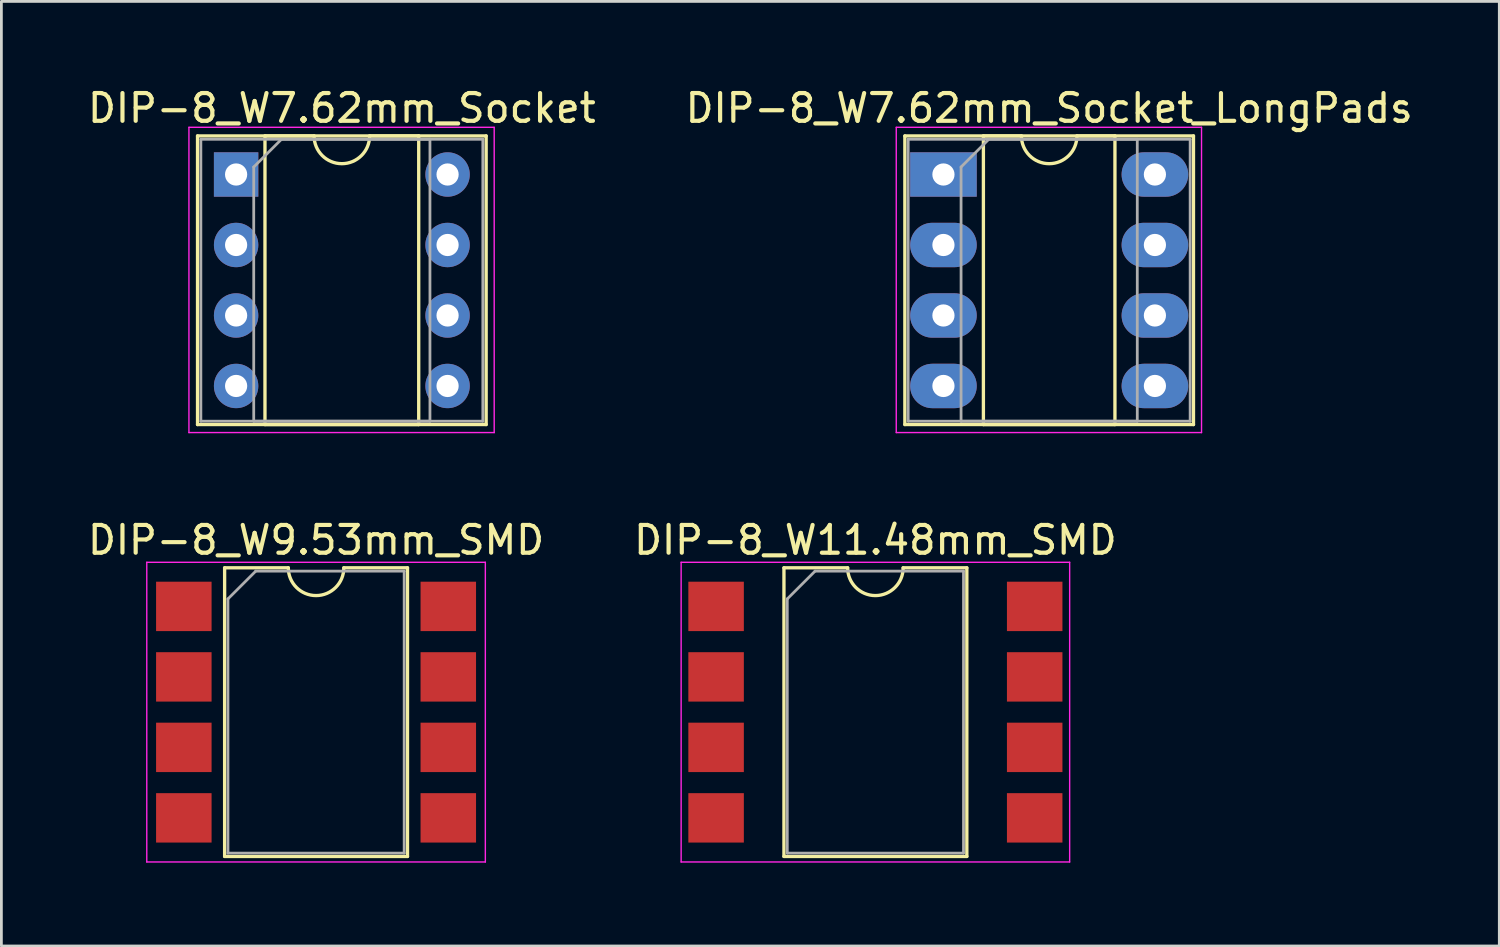
<source format=kicad_pcb>
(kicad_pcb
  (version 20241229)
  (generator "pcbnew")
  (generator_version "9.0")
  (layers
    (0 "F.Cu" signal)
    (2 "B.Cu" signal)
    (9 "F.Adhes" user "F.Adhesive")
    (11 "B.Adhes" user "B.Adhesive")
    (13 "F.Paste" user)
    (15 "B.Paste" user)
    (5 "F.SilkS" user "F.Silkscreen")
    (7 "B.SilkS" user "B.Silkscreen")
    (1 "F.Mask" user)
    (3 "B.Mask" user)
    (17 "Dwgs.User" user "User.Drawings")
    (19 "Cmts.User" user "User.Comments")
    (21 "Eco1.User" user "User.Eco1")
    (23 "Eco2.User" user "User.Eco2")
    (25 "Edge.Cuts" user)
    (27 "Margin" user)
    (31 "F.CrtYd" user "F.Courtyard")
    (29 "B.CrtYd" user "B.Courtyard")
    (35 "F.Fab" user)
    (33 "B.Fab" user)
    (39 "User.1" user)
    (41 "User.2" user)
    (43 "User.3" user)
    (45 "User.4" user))
  (footprint "DIP-8_W9.53mm_SMD"
    (layer "F.Cu")
    (at 8.339 22.611)
    (property "Reference" "DIP-8_W9.53mm_SMD" (at 0 -6.2 0) (layer "F.SilkS") (effects (font (size 1 1) (thickness 0.15))))
    (attr smd)
    (fp_line (start -3.295 -5.2) (end -3.295 5.2) (stroke (width 0.12) (type solid)) (layer "F.SilkS"))
    (fp_line (start -3.295 5.2) (end 3.295 5.2) (stroke (width 0.12) (type solid)) (layer "F.SilkS"))
    (fp_line (start -1 -5.2) (end -3.295 -5.2) (stroke (width 0.12) (type solid)) (layer "F.SilkS"))
    (fp_line (start 3.295 -5.2) (end 1 -5.2) (stroke (width 0.12) (type solid)) (layer "F.SilkS"))
    (fp_line (start 3.295 5.2) (end 3.295 -5.2) (stroke (width 0.12) (type solid)) (layer "F.SilkS"))
    (fp_arc (start 1 -5.2) (mid 0 -4.2) (end -1 -5.2) (stroke (width 0.12) (type solid)) (layer "F.SilkS"))
    (fp_line (start -6.1 -5.4) (end -6.1 5.4) (stroke (width 0.05) (type solid)) (layer "F.CrtYd"))
    (fp_line (start -6.1 5.4) (end 6.1 5.4) (stroke (width 0.05) (type solid)) (layer "F.CrtYd"))
    (fp_line (start 6.1 -5.4) (end -6.1 -5.4) (stroke (width 0.05) (type solid)) (layer "F.CrtYd"))
    (fp_line (start 6.1 5.4) (end 6.1 -5.4) (stroke (width 0.05) (type solid)) (layer "F.CrtYd"))
    (fp_line (start -3.175 -4.08) (end -2.175 -5.08) (stroke (width 0.1) (type solid)) (layer "F.Fab"))
    (fp_line (start -3.175 5.08) (end -3.175 -4.08) (stroke (width 0.1) (type solid)) (layer "F.Fab"))
    (fp_line (start -2.175 -5.08) (end 3.175 -5.08) (stroke (width 0.1) (type solid)) (layer "F.Fab"))
    (fp_line (start 3.175 -5.08) (end 3.175 5.08) (stroke (width 0.1) (type solid)) (layer "F.Fab"))
    (fp_line (start 3.175 5.08) (end -3.175 5.08) (stroke (width 0.1) (type solid)) (layer "F.Fab"))
    (pad "1" smd rect (at -4.765 -3.81) (size 2 1.78) (layers "F.Cu" "F.Mask"))
    (pad "2" smd rect (at -4.765 -1.27) (size 2 1.78) (layers "F.Cu" "F.Mask"))
    (pad "3" smd rect (at -4.765 1.27) (size 2 1.78) (layers "F.Cu" "F.Mask"))
    (pad "4" smd rect (at -4.765 3.81) (size 2 1.78) (layers "F.Cu" "F.Mask"))
    (pad "5" smd rect (at 4.765 3.81) (size 2 1.78) (layers "F.Cu" "F.Mask"))
    (pad "6" smd rect (at 4.765 1.27) (size 2 1.78) (layers "F.Cu" "F.Mask"))
    (pad "7" smd rect (at 4.765 -1.27) (size 2 1.78) (layers "F.Cu" "F.Mask"))
    (pad "8" smd rect (at 4.765 -3.81) (size 2 1.78) (layers "F.Cu" "F.Mask")))
  (footprint "DIP-8_W7.62mm_Socket"
    (layer "F.Cu")
    (at 5.458 3.238)
    (property "Reference" "DIP-8_W7.62mm_Socket" (at 3.81 -2.39 0) (layer "F.SilkS") (effects (font (size 1 1) (thickness 0.15))))
    (attr through_hole)
    (fp_line (start -1.39 -1.39) (end -1.39 9.01) (stroke (width 0.12) (type solid)) (layer "F.SilkS"))
    (fp_line (start -1.39 9.01) (end 9.01 9.01) (stroke (width 0.12) (type solid)) (layer "F.SilkS"))
    (fp_line (start 1.04 -1.39) (end 1.04 9.01) (stroke (width 0.12) (type solid)) (layer "F.SilkS"))
    (fp_line (start 1.04 9.01) (end 6.58 9.01) (stroke (width 0.12) (type solid)) (layer "F.SilkS"))
    (fp_line (start 2.81 -1.39) (end 1.04 -1.39) (stroke (width 0.12) (type solid)) (layer "F.SilkS"))
    (fp_line (start 6.58 -1.39) (end 4.81 -1.39) (stroke (width 0.12) (type solid)) (layer "F.SilkS"))
    (fp_line (start 6.58 9.01) (end 6.58 -1.39) (stroke (width 0.12) (type solid)) (layer "F.SilkS"))
    (fp_line (start 9.01 -1.39) (end -1.39 -1.39) (stroke (width 0.12) (type solid)) (layer "F.SilkS"))
    (fp_line (start 9.01 9.01) (end 9.01 -1.39) (stroke (width 0.12) (type solid)) (layer "F.SilkS"))
    (fp_arc (start 4.81 -1.39) (mid 3.81 -0.39) (end 2.81 -1.39) (stroke (width 0.12) (type solid)) (layer "F.SilkS"))
    (fp_line (start -1.7 -1.7) (end -1.7 9.3) (stroke (width 0.05) (type solid)) (layer "F.CrtYd"))
    (fp_line (start -1.7 9.3) (end 9.3 9.3) (stroke (width 0.05) (type solid)) (layer "F.CrtYd"))
    (fp_line (start 9.3 -1.7) (end -1.7 -1.7) (stroke (width 0.05) (type solid)) (layer "F.CrtYd"))
    (fp_line (start 9.3 9.3) (end 9.3 -1.7) (stroke (width 0.05) (type solid)) (layer "F.CrtYd"))
    (fp_line (start -1.27 -1.27) (end -1.27 8.89) (stroke (width 0.1) (type solid)) (layer "F.Fab"))
    (fp_line (start -1.27 8.89) (end 8.89 8.89) (stroke (width 0.1) (type solid)) (layer "F.Fab"))
    (fp_line (start 0.635 -0.27) (end 1.635 -1.27) (stroke (width 0.1) (type solid)) (layer "F.Fab"))
    (fp_line (start 0.635 8.89) (end 0.635 -0.27) (stroke (width 0.1) (type solid)) (layer "F.Fab"))
    (fp_line (start 1.635 -1.27) (end 6.985 -1.27) (stroke (width 0.1) (type solid)) (layer "F.Fab"))
    (fp_line (start 6.985 -1.27) (end 6.985 8.89) (stroke (width 0.1) (type solid)) (layer "F.Fab"))
    (fp_line (start 6.985 8.89) (end 0.635 8.89) (stroke (width 0.1) (type solid)) (layer "F.Fab"))
    (fp_line (start 8.89 -1.27) (end -1.27 -1.27) (stroke (width 0.1) (type solid)) (layer "F.Fab"))
    (fp_line (start 8.89 8.89) (end 8.89 -1.27) (stroke (width 0.1) (type solid)) (layer "F.Fab"))
    (pad "1" thru_hole rect (at 0 0) (size 1.6 1.6) (drill 0.8) (layers "*.Cu" "*.Mask"))
    (pad "2" thru_hole oval (at 0 2.54) (size 1.6 1.6) (drill 0.8) (layers "*.Cu" "*.Mask"))
    (pad "3" thru_hole oval (at 0 5.08) (size 1.6 1.6) (drill 0.8) (layers "*.Cu" "*.Mask"))
    (pad "4" thru_hole oval (at 0 7.62) (size 1.6 1.6) (drill 0.8) (layers "*.Cu" "*.Mask"))
    (pad "5" thru_hole oval (at 7.62 7.62) (size 1.6 1.6) (drill 0.8) (layers "*.Cu" "*.Mask"))
    (pad "6" thru_hole oval (at 7.62 5.08) (size 1.6 1.6) (drill 0.8) (layers "*.Cu" "*.Mask"))
    (pad "7" thru_hole oval (at 7.62 2.54) (size 1.6 1.6) (drill 0.8) (layers "*.Cu" "*.Mask"))
    (pad "8" thru_hole oval (at 7.62 0) (size 1.6 1.6) (drill 0.8) (layers "*.Cu" "*.Mask")))
  (footprint "DIP-8_W7.62mm_Socket_LongPads"
    (layer "F.Cu")
    (at 30.946 3.238)
    (property "Reference" "DIP-8_W7.62mm_Socket_LongPads" (at 3.81 -2.39 0) (layer "F.SilkS") (effects (font (size 1 1) (thickness 0.15))))
    (attr through_hole)
    (fp_line (start -1.39 -1.39) (end -1.39 9.01) (stroke (width 0.12) (type solid)) (layer "F.SilkS"))
    (fp_line (start -1.39 9.01) (end 9.01 9.01) (stroke (width 0.12) (type solid)) (layer "F.SilkS"))
    (fp_line (start 1.44 -1.39) (end 1.44 9.01) (stroke (width 0.12) (type solid)) (layer "F.SilkS"))
    (fp_line (start 1.44 9.01) (end 6.18 9.01) (stroke (width 0.12) (type solid)) (layer "F.SilkS"))
    (fp_line (start 2.81 -1.39) (end 1.44 -1.39) (stroke (width 0.12) (type solid)) (layer "F.SilkS"))
    (fp_line (start 6.18 -1.39) (end 4.81 -1.39) (stroke (width 0.12) (type solid)) (layer "F.SilkS"))
    (fp_line (start 6.18 9.01) (end 6.18 -1.39) (stroke (width 0.12) (type solid)) (layer "F.SilkS"))
    (fp_line (start 9.01 -1.39) (end -1.39 -1.39) (stroke (width 0.12) (type solid)) (layer "F.SilkS"))
    (fp_line (start 9.01 9.01) (end 9.01 -1.39) (stroke (width 0.12) (type solid)) (layer "F.SilkS"))
    (fp_arc (start 4.81 -1.39) (mid 3.81 -0.39) (end 2.81 -1.39) (stroke (width 0.12) (type solid)) (layer "F.SilkS"))
    (fp_line (start -1.7 -1.7) (end -1.7 9.3) (stroke (width 0.05) (type solid)) (layer "F.CrtYd"))
    (fp_line (start -1.7 9.3) (end 9.3 9.3) (stroke (width 0.05) (type solid)) (layer "F.CrtYd"))
    (fp_line (start 9.3 -1.7) (end -1.7 -1.7) (stroke (width 0.05) (type solid)) (layer "F.CrtYd"))
    (fp_line (start 9.3 9.3) (end 9.3 -1.7) (stroke (width 0.05) (type solid)) (layer "F.CrtYd"))
    (fp_line (start -1.27 -1.27) (end -1.27 8.89) (stroke (width 0.1) (type solid)) (layer "F.Fab"))
    (fp_line (start -1.27 8.89) (end 8.89 8.89) (stroke (width 0.1) (type solid)) (layer "F.Fab"))
    (fp_line (start 0.635 -0.27) (end 1.635 -1.27) (stroke (width 0.1) (type solid)) (layer "F.Fab"))
    (fp_line (start 0.635 8.89) (end 0.635 -0.27) (stroke (width 0.1) (type solid)) (layer "F.Fab"))
    (fp_line (start 1.635 -1.27) (end 6.985 -1.27) (stroke (width 0.1) (type solid)) (layer "F.Fab"))
    (fp_line (start 6.985 -1.27) (end 6.985 8.89) (stroke (width 0.1) (type solid)) (layer "F.Fab"))
    (fp_line (start 6.985 8.89) (end 0.635 8.89) (stroke (width 0.1) (type solid)) (layer "F.Fab"))
    (fp_line (start 8.89 -1.27) (end -1.27 -1.27) (stroke (width 0.1) (type solid)) (layer "F.Fab"))
    (fp_line (start 8.89 8.89) (end 8.89 -1.27) (stroke (width 0.1) (type solid)) (layer "F.Fab"))
    (pad "1" thru_hole rect (at 0 0) (size 2.4 1.6) (drill 0.8) (layers "*.Cu" "*.Mask"))
    (pad "2" thru_hole oval (at 0 2.54) (size 2.4 1.6) (drill 0.8) (layers "*.Cu" "*.Mask"))
    (pad "3" thru_hole oval (at 0 5.08) (size 2.4 1.6) (drill 0.8) (layers "*.Cu" "*.Mask"))
    (pad "4" thru_hole oval (at 0 7.62) (size 2.4 1.6) (drill 0.8) (layers "*.Cu" "*.Mask"))
    (pad "5" thru_hole oval (at 7.62 7.62) (size 2.4 1.6) (drill 0.8) (layers "*.Cu" "*.Mask"))
    (pad "6" thru_hole oval (at 7.62 5.08) (size 2.4 1.6) (drill 0.8) (layers "*.Cu" "*.Mask"))
    (pad "7" thru_hole oval (at 7.62 2.54) (size 2.4 1.6) (drill 0.8) (layers "*.Cu" "*.Mask"))
    (pad "8" thru_hole oval (at 7.62 0) (size 2.4 1.6) (drill 0.8) (layers "*.Cu" "*.Mask")))
  (footprint "DIP-8_W11.48mm_SMD"
    (layer "F.Cu")
    (at 28.494 22.611)
    (property "Reference" "DIP-8_W11.48mm_SMD" (at 0 -6.2 0) (layer "F.SilkS") (effects (font (size 1 1) (thickness 0.15))))
    (attr smd)
    (fp_line (start -3.295 -5.2) (end -3.295 5.2) (stroke (width 0.12) (type solid)) (layer "F.SilkS"))
    (fp_line (start -3.295 5.2) (end 3.295 5.2) (stroke (width 0.12) (type solid)) (layer "F.SilkS"))
    (fp_line (start -1 -5.2) (end -3.295 -5.2) (stroke (width 0.12) (type solid)) (layer "F.SilkS"))
    (fp_line (start 3.295 -5.2) (end 1 -5.2) (stroke (width 0.12) (type solid)) (layer "F.SilkS"))
    (fp_line (start 3.295 5.2) (end 3.295 -5.2) (stroke (width 0.12) (type solid)) (layer "F.SilkS"))
    (fp_arc (start 1 -5.2) (mid 0 -4.2) (end -1 -5.2) (stroke (width 0.12) (type solid)) (layer "F.SilkS"))
    (fp_line (start -7 -5.4) (end -7 5.4) (stroke (width 0.05) (type solid)) (layer "F.CrtYd"))
    (fp_line (start -7 5.4) (end 7 5.4) (stroke (width 0.05) (type solid)) (layer "F.CrtYd"))
    (fp_line (start 7 -5.4) (end -7 -5.4) (stroke (width 0.05) (type solid)) (layer "F.CrtYd"))
    (fp_line (start 7 5.4) (end 7 -5.4) (stroke (width 0.05) (type solid)) (layer "F.CrtYd"))
    (fp_line (start -3.175 -4.08) (end -2.175 -5.08) (stroke (width 0.1) (type solid)) (layer "F.Fab"))
    (fp_line (start -3.175 5.08) (end -3.175 -4.08) (stroke (width 0.1) (type solid)) (layer "F.Fab"))
    (fp_line (start -2.175 -5.08) (end 3.175 -5.08) (stroke (width 0.1) (type solid)) (layer "F.Fab"))
    (fp_line (start 3.175 -5.08) (end 3.175 5.08) (stroke (width 0.1) (type solid)) (layer "F.Fab"))
    (fp_line (start 3.175 5.08) (end -3.175 5.08) (stroke (width 0.1) (type solid)) (layer "F.Fab"))
    (pad "1" smd rect (at -5.74 -3.81) (size 2 1.78) (layers "F.Cu" "F.Mask"))
    (pad "2" smd rect (at -5.74 -1.27) (size 2 1.78) (layers "F.Cu" "F.Mask"))
    (pad "3" smd rect (at -5.74 1.27) (size 2 1.78) (layers "F.Cu" "F.Mask"))
    (pad "4" smd rect (at -5.74 3.81) (size 2 1.78) (layers "F.Cu" "F.Mask"))
    (pad "5" smd rect (at 5.74 3.81) (size 2 1.78) (layers "F.Cu" "F.Mask"))
    (pad "6" smd rect (at 5.74 1.27) (size 2 1.78) (layers "F.Cu" "F.Mask"))
    (pad "7" smd rect (at 5.74 -1.27) (size 2 1.78) (layers "F.Cu" "F.Mask"))
    (pad "8" smd rect (at 5.74 -3.81) (size 2 1.78) (layers "F.Cu" "F.Mask")))
  (gr_rect
    (start -3 -3)
    (end 50.976 31.037)
    (stroke (width 0.1) (type default))
    (fill no)
    (layer "Edge.Cuts")))
</source>
